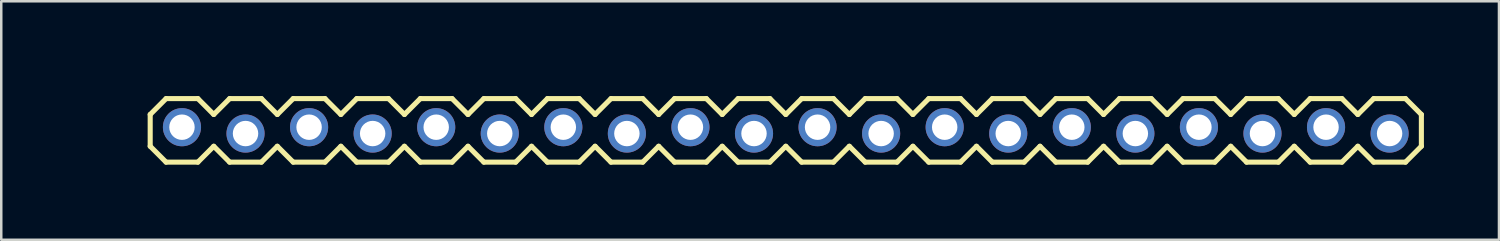
<source format=kicad_pcb>
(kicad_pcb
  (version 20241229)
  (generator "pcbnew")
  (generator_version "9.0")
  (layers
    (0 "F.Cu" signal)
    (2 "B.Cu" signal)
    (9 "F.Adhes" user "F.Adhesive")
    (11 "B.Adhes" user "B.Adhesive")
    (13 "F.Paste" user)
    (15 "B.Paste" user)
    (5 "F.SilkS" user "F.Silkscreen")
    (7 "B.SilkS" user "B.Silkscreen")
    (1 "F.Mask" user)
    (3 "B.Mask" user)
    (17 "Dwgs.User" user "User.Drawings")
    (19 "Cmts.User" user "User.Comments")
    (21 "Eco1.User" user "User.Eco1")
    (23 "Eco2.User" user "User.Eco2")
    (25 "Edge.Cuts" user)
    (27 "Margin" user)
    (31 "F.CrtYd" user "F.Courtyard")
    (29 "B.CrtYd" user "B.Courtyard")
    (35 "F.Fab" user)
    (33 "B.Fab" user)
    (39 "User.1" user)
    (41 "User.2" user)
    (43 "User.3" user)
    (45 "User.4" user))
  (footprint "1X20_LOCK"
    (layer "F.Cu")
    (at 4.222 2.16)
    (property "Reference" "1X20_LOCK" (at 1.194 -1.194 0) (layer "Eco1.User") (effects (font (size 1.27 1.27) (thickness 0.127))))
    (attr through_hole)
    (fp_line (start -1.27 -0.635) (end -1.27 0.635) (stroke (width 0.203) (type solid)) (layer "F.SilkS"))
    (fp_line (start -1.27 0.635) (end -0.635 1.27) (stroke (width 0.203) (type solid)) (layer "F.SilkS"))
    (fp_line (start -0.635 -1.27) (end -1.27 -0.635) (stroke (width 0.203) (type solid)) (layer "F.SilkS"))
    (fp_line (start -0.635 -1.27) (end 0.635 -1.27) (stroke (width 0.203) (type solid)) (layer "F.SilkS"))
    (fp_line (start 0.635 -1.27) (end 1.27 -0.635) (stroke (width 0.203) (type solid)) (layer "F.SilkS"))
    (fp_line (start 0.635 1.27) (end -0.635 1.27) (stroke (width 0.203) (type solid)) (layer "F.SilkS"))
    (fp_line (start 1.27 -0.635) (end 1.905 -1.27) (stroke (width 0.203) (type solid)) (layer "F.SilkS"))
    (fp_line (start 1.27 0.635) (end 0.635 1.27) (stroke (width 0.203) (type solid)) (layer "F.SilkS"))
    (fp_line (start 1.905 -1.27) (end 3.175 -1.27) (stroke (width 0.203) (type solid)) (layer "F.SilkS"))
    (fp_line (start 1.905 1.27) (end 1.27 0.635) (stroke (width 0.203) (type solid)) (layer "F.SilkS"))
    (fp_line (start 3.175 -1.27) (end 3.81 -0.635) (stroke (width 0.203) (type solid)) (layer "F.SilkS"))
    (fp_line (start 3.175 1.27) (end 1.905 1.27) (stroke (width 0.203) (type solid)) (layer "F.SilkS"))
    (fp_line (start 3.81 -0.635) (end 4.445 -1.27) (stroke (width 0.203) (type solid)) (layer "F.SilkS"))
    (fp_line (start 3.81 0.635) (end 3.175 1.27) (stroke (width 0.203) (type solid)) (layer "F.SilkS"))
    (fp_line (start 4.445 -1.27) (end 5.715 -1.27) (stroke (width 0.203) (type solid)) (layer "F.SilkS"))
    (fp_line (start 4.445 1.27) (end 3.81 0.635) (stroke (width 0.203) (type solid)) (layer "F.SilkS"))
    (fp_line (start 5.715 -1.27) (end 6.35 -0.635) (stroke (width 0.203) (type solid)) (layer "F.SilkS"))
    (fp_line (start 5.715 1.27) (end 4.445 1.27) (stroke (width 0.203) (type solid)) (layer "F.SilkS"))
    (fp_line (start 6.35 0.635) (end 5.715 1.27) (stroke (width 0.203) (type solid)) (layer "F.SilkS"))
    (fp_line (start 6.35 0.635) (end 6.985 1.27) (stroke (width 0.203) (type solid)) (layer "F.SilkS"))
    (fp_line (start 6.985 -1.27) (end 6.35 -0.635) (stroke (width 0.203) (type solid)) (layer "F.SilkS"))
    (fp_line (start 6.985 -1.27) (end 8.255 -1.27) (stroke (width 0.203) (type solid)) (layer "F.SilkS"))
    (fp_line (start 8.255 -1.27) (end 8.89 -0.635) (stroke (width 0.203) (type solid)) (layer "F.SilkS"))
    (fp_line (start 8.255 1.27) (end 6.985 1.27) (stroke (width 0.203) (type solid)) (layer "F.SilkS"))
    (fp_line (start 8.89 -0.635) (end 9.525 -1.27) (stroke (width 0.203) (type solid)) (layer "F.SilkS"))
    (fp_line (start 8.89 0.635) (end 8.255 1.27) (stroke (width 0.203) (type solid)) (layer "F.SilkS"))
    (fp_line (start 9.525 -1.27) (end 10.795 -1.27) (stroke (width 0.203) (type solid)) (layer "F.SilkS"))
    (fp_line (start 9.525 1.27) (end 8.89 0.635) (stroke (width 0.203) (type solid)) (layer "F.SilkS"))
    (fp_line (start 10.795 -1.27) (end 11.43 -0.635) (stroke (width 0.203) (type solid)) (layer "F.SilkS"))
    (fp_line (start 10.795 1.27) (end 9.525 1.27) (stroke (width 0.203) (type solid)) (layer "F.SilkS"))
    (fp_line (start 11.43 -0.635) (end 12.065 -1.27) (stroke (width 0.203) (type solid)) (layer "F.SilkS"))
    (fp_line (start 11.43 0.635) (end 10.795 1.27) (stroke (width 0.203) (type solid)) (layer "F.SilkS"))
    (fp_line (start 12.065 -1.27) (end 13.335 -1.27) (stroke (width 0.203) (type solid)) (layer "F.SilkS"))
    (fp_line (start 12.065 1.27) (end 11.43 0.635) (stroke (width 0.203) (type solid)) (layer "F.SilkS"))
    (fp_line (start 13.335 -1.27) (end 13.97 -0.635) (stroke (width 0.203) (type solid)) (layer "F.SilkS"))
    (fp_line (start 13.335 1.27) (end 12.065 1.27) (stroke (width 0.203) (type solid)) (layer "F.SilkS"))
    (fp_line (start 13.97 0.635) (end 13.335 1.27) (stroke (width 0.203) (type solid)) (layer "F.SilkS"))
    (fp_line (start 13.97 0.635) (end 14.605 1.27) (stroke (width 0.203) (type solid)) (layer "F.SilkS"))
    (fp_line (start 14.605 -1.27) (end 13.97 -0.635) (stroke (width 0.203) (type solid)) (layer "F.SilkS"))
    (fp_line (start 14.605 -1.27) (end 15.875 -1.27) (stroke (width 0.203) (type solid)) (layer "F.SilkS"))
    (fp_line (start 15.875 -1.27) (end 16.51 -0.635) (stroke (width 0.203) (type solid)) (layer "F.SilkS"))
    (fp_line (start 15.875 1.27) (end 14.605 1.27) (stroke (width 0.203) (type solid)) (layer "F.SilkS"))
    (fp_line (start 16.51 0.635) (end 15.875 1.27) (stroke (width 0.203) (type solid)) (layer "F.SilkS"))
    (fp_line (start 16.51 0.635) (end 17.145 1.27) (stroke (width 0.203) (type solid)) (layer "F.SilkS"))
    (fp_line (start 17.145 -1.27) (end 16.51 -0.635) (stroke (width 0.203) (type solid)) (layer "F.SilkS"))
    (fp_line (start 17.145 -1.27) (end 18.415 -1.27) (stroke (width 0.203) (type solid)) (layer "F.SilkS"))
    (fp_line (start 18.415 -1.27) (end 19.05 -0.635) (stroke (width 0.203) (type solid)) (layer "F.SilkS"))
    (fp_line (start 18.415 1.27) (end 17.145 1.27) (stroke (width 0.203) (type solid)) (layer "F.SilkS"))
    (fp_line (start 19.05 -0.635) (end 19.685 -1.27) (stroke (width 0.203) (type solid)) (layer "F.SilkS"))
    (fp_line (start 19.05 0.635) (end 18.415 1.27) (stroke (width 0.203) (type solid)) (layer "F.SilkS"))
    (fp_line (start 19.685 -1.27) (end 20.955 -1.27) (stroke (width 0.203) (type solid)) (layer "F.SilkS"))
    (fp_line (start 19.685 1.27) (end 19.05 0.635) (stroke (width 0.203) (type solid)) (layer "F.SilkS"))
    (fp_line (start 20.955 -1.27) (end 21.59 -0.635) (stroke (width 0.203) (type solid)) (layer "F.SilkS"))
    (fp_line (start 20.955 1.27) (end 19.685 1.27) (stroke (width 0.203) (type solid)) (layer "F.SilkS"))
    (fp_line (start 21.59 -0.635) (end 22.225 -1.27) (stroke (width 0.203) (type solid)) (layer "F.SilkS"))
    (fp_line (start 21.59 0.635) (end 20.955 1.27) (stroke (width 0.203) (type solid)) (layer "F.SilkS"))
    (fp_line (start 22.225 -1.27) (end 23.495 -1.27) (stroke (width 0.203) (type solid)) (layer "F.SilkS"))
    (fp_line (start 22.225 1.27) (end 21.59 0.635) (stroke (width 0.203) (type solid)) (layer "F.SilkS"))
    (fp_line (start 23.495 -1.27) (end 24.13 -0.635) (stroke (width 0.203) (type solid)) (layer "F.SilkS"))
    (fp_line (start 23.495 1.27) (end 22.225 1.27) (stroke (width 0.203) (type solid)) (layer "F.SilkS"))
    (fp_line (start 24.13 0.635) (end 23.495 1.27) (stroke (width 0.203) (type solid)) (layer "F.SilkS"))
    (fp_line (start 24.13 0.635) (end 24.765 1.27) (stroke (width 0.203) (type solid)) (layer "F.SilkS"))
    (fp_line (start 24.765 -1.27) (end 24.13 -0.635) (stroke (width 0.203) (type solid)) (layer "F.SilkS"))
    (fp_line (start 24.765 -1.27) (end 26.035 -1.27) (stroke (width 0.203) (type solid)) (layer "F.SilkS"))
    (fp_line (start 26.035 -1.27) (end 26.67 -0.635) (stroke (width 0.203) (type solid)) (layer "F.SilkS"))
    (fp_line (start 26.035 1.27) (end 24.765 1.27) (stroke (width 0.203) (type solid)) (layer "F.SilkS"))
    (fp_line (start 26.67 -0.635) (end 27.305 -1.27) (stroke (width 0.203) (type solid)) (layer "F.SilkS"))
    (fp_line (start 26.67 0.635) (end 26.035 1.27) (stroke (width 0.203) (type solid)) (layer "F.SilkS"))
    (fp_line (start 27.305 -1.27) (end 28.575 -1.27) (stroke (width 0.203) (type solid)) (layer "F.SilkS"))
    (fp_line (start 27.305 1.27) (end 26.67 0.635) (stroke (width 0.203) (type solid)) (layer "F.SilkS"))
    (fp_line (start 28.575 -1.27) (end 29.21 -0.635) (stroke (width 0.203) (type solid)) (layer "F.SilkS"))
    (fp_line (start 28.575 1.27) (end 27.305 1.27) (stroke (width 0.203) (type solid)) (layer "F.SilkS"))
    (fp_line (start 29.21 -0.635) (end 29.845 -1.27) (stroke (width 0.203) (type solid)) (layer "F.SilkS"))
    (fp_line (start 29.21 0.635) (end 28.575 1.27) (stroke (width 0.203) (type solid)) (layer "F.SilkS"))
    (fp_line (start 29.845 -1.27) (end 31.115 -1.27) (stroke (width 0.203) (type solid)) (layer "F.SilkS"))
    (fp_line (start 29.845 1.27) (end 29.21 0.635) (stroke (width 0.203) (type solid)) (layer "F.SilkS"))
    (fp_line (start 31.115 -1.27) (end 31.75 -0.635) (stroke (width 0.203) (type solid)) (layer "F.SilkS"))
    (fp_line (start 31.115 1.27) (end 29.845 1.27) (stroke (width 0.203) (type solid)) (layer "F.SilkS"))
    (fp_line (start 31.75 0.635) (end 31.115 1.27) (stroke (width 0.203) (type solid)) (layer "F.SilkS"))
    (fp_line (start 31.75 0.635) (end 32.385 1.27) (stroke (width 0.203) (type solid)) (layer "F.SilkS"))
    (fp_line (start 32.385 -1.27) (end 31.75 -0.635) (stroke (width 0.203) (type solid)) (layer "F.SilkS"))
    (fp_line (start 32.385 -1.27) (end 33.655 -1.27) (stroke (width 0.203) (type solid)) (layer "F.SilkS"))
    (fp_line (start 33.655 -1.27) (end 34.29 -0.635) (stroke (width 0.203) (type solid)) (layer "F.SilkS"))
    (fp_line (start 33.655 1.27) (end 32.385 1.27) (stroke (width 0.203) (type solid)) (layer "F.SilkS"))
    (fp_line (start 34.29 0.635) (end 33.655 1.27) (stroke (width 0.203) (type solid)) (layer "F.SilkS"))
    (fp_line (start 34.29 0.635) (end 34.925 1.27) (stroke (width 0.203) (type solid)) (layer "F.SilkS"))
    (fp_line (start 34.925 -1.27) (end 34.29 -0.635) (stroke (width 0.203) (type solid)) (layer "F.SilkS"))
    (fp_line (start 34.925 -1.27) (end 36.195 -1.27) (stroke (width 0.203) (type solid)) (layer "F.SilkS"))
    (fp_line (start 36.195 -1.27) (end 36.83 -0.635) (stroke (width 0.203) (type solid)) (layer "F.SilkS"))
    (fp_line (start 36.195 1.27) (end 34.925 1.27) (stroke (width 0.203) (type solid)) (layer "F.SilkS"))
    (fp_line (start 36.83 0.635) (end 36.195 1.27) (stroke (width 0.203) (type solid)) (layer "F.SilkS"))
    (fp_line (start 36.83 0.635) (end 37.465 1.27) (stroke (width 0.203) (type solid)) (layer "F.SilkS"))
    (fp_line (start 37.465 -1.27) (end 36.83 -0.635) (stroke (width 0.203) (type solid)) (layer "F.SilkS"))
    (fp_line (start 37.465 -1.27) (end 38.735 -1.27) (stroke (width 0.203) (type solid)) (layer "F.SilkS"))
    (fp_line (start 38.735 -1.27) (end 39.37 -0.635) (stroke (width 0.203) (type solid)) (layer "F.SilkS"))
    (fp_line (start 38.735 1.27) (end 37.465 1.27) (stroke (width 0.203) (type solid)) (layer "F.SilkS"))
    (fp_line (start 39.37 0.635) (end 38.735 1.27) (stroke (width 0.203) (type solid)) (layer "F.SilkS"))
    (fp_line (start 39.37 0.635) (end 40.005 1.27) (stroke (width 0.203) (type solid)) (layer "F.SilkS"))
    (fp_line (start 40.005 -1.27) (end 39.37 -0.635) (stroke (width 0.203) (type solid)) (layer "F.SilkS"))
    (fp_line (start 40.005 -1.27) (end 41.275 -1.27) (stroke (width 0.203) (type solid)) (layer "F.SilkS"))
    (fp_line (start 41.275 -1.27) (end 41.91 -0.635) (stroke (width 0.203) (type solid)) (layer "F.SilkS"))
    (fp_line (start 41.275 1.27) (end 40.005 1.27) (stroke (width 0.203) (type solid)) (layer "F.SilkS"))
    (fp_line (start 41.91 0.635) (end 41.275 1.27) (stroke (width 0.203) (type solid)) (layer "F.SilkS"))
    (fp_line (start 41.91 0.635) (end 42.545 1.27) (stroke (width 0.203) (type solid)) (layer "F.SilkS"))
    (fp_line (start 42.545 -1.27) (end 41.91 -0.635) (stroke (width 0.203) (type solid)) (layer "F.SilkS"))
    (fp_line (start 42.545 -1.27) (end 43.815 -1.27) (stroke (width 0.203) (type solid)) (layer "F.SilkS"))
    (fp_line (start 43.815 -1.27) (end 44.45 -0.635) (stroke (width 0.203) (type solid)) (layer "F.SilkS"))
    (fp_line (start 43.815 1.27) (end 42.545 1.27) (stroke (width 0.203) (type solid)) (layer "F.SilkS"))
    (fp_line (start 44.45 0.635) (end 43.815 1.27) (stroke (width 0.203) (type solid)) (layer "F.SilkS"))
    (fp_line (start 44.45 0.635) (end 45.085 1.27) (stroke (width 0.203) (type solid)) (layer "F.SilkS"))
    (fp_line (start 45.085 -1.27) (end 44.45 -0.635) (stroke (width 0.203) (type solid)) (layer "F.SilkS"))
    (fp_line (start 45.085 -1.27) (end 46.355 -1.27) (stroke (width 0.203) (type solid)) (layer "F.SilkS"))
    (fp_line (start 46.355 -1.27) (end 46.99 -0.635) (stroke (width 0.203) (type solid)) (layer "F.SilkS"))
    (fp_line (start 46.355 1.27) (end 45.085 1.27) (stroke (width 0.203) (type solid)) (layer "F.SilkS"))
    (fp_line (start 46.99 0.635) (end 46.355 1.27) (stroke (width 0.203) (type solid)) (layer "F.SilkS"))
    (fp_line (start 46.99 0.635) (end 47.625 1.27) (stroke (width 0.203) (type solid)) (layer "F.SilkS"))
    (fp_line (start 47.625 -1.27) (end 46.99 -0.635) (stroke (width 0.203) (type solid)) (layer "F.SilkS"))
    (fp_line (start 47.625 -1.27) (end 48.895 -1.27) (stroke (width 0.203) (type solid)) (layer "F.SilkS"))
    (fp_line (start 48.895 -1.27) (end 49.53 -0.635) (stroke (width 0.203) (type solid)) (layer "F.SilkS"))
    (fp_line (start 48.895 1.27) (end 47.625 1.27) (stroke (width 0.203) (type solid)) (layer "F.SilkS"))
    (fp_line (start 49.53 -0.635) (end 49.53 0.635) (stroke (width 0.203) (type solid)) (layer "F.SilkS"))
    (fp_line (start 49.53 0.635) (end 48.895 1.27) (stroke (width 0.203) (type solid)) (layer "F.SilkS"))
    (pad "1" thru_hole oval (at 0 -0.127 90) (size 1.524 1.524) (drill 1.016) (layers "*.Cu" "*.Mask"))
    (pad "2" thru_hole oval (at 2.54 0.127 90) (size 1.524 1.524) (drill 1.016) (layers "*.Cu" "*.Mask"))
    (pad "3" thru_hole oval (at 5.08 -0.127 90) (size 1.524 1.524) (drill 1.016) (layers "*.Cu" "*.Mask"))
    (pad "4" thru_hole oval (at 7.62 0.127 90) (size 1.524 1.524) (drill 1.016) (layers "*.Cu" "*.Mask"))
    (pad "5" thru_hole oval (at 10.16 -0.127 90) (size 1.524 1.524) (drill 1.016) (layers "*.Cu" "*.Mask"))
    (pad "6" thru_hole oval (at 12.7 0.127 90) (size 1.524 1.524) (drill 1.016) (layers "*.Cu" "*.Mask"))
    (pad "7" thru_hole oval (at 15.24 -0.127 90) (size 1.524 1.524) (drill 1.016) (layers "*.Cu" "*.Mask"))
    (pad "8" thru_hole oval (at 17.78 0.127 90) (size 1.524 1.524) (drill 1.016) (layers "*.Cu" "*.Mask"))
    (pad "9" thru_hole oval (at 20.32 -0.127 90) (size 1.524 1.524) (drill 1.016) (layers "*.Cu" "*.Mask"))
    (pad "10" thru_hole oval (at 22.86 0.127 90) (size 1.524 1.524) (drill 1.016) (layers "*.Cu" "*.Mask"))
    (pad "11" thru_hole oval (at 25.4 -0.127 90) (size 1.524 1.524) (drill 1.016) (layers "*.Cu" "*.Mask"))
    (pad "12" thru_hole oval (at 27.94 0.127 90) (size 1.524 1.524) (drill 1.016) (layers "*.Cu" "*.Mask"))
    (pad "13" thru_hole oval (at 30.48 -0.127 90) (size 1.524 1.524) (drill 1.016) (layers "*.Cu" "*.Mask"))
    (pad "14" thru_hole oval (at 33.02 0.127 90) (size 1.524 1.524) (drill 1.016) (layers "*.Cu" "*.Mask"))
    (pad "15" thru_hole oval (at 35.56 -0.127 90) (size 1.524 1.524) (drill 1.016) (layers "*.Cu" "*.Mask"))
    (pad "16" thru_hole oval (at 38.1 0.127 90) (size 1.524 1.524) (drill 1.016) (layers "*.Cu" "*.Mask"))
    (pad "17" thru_hole oval (at 40.64 -0.127 90) (size 1.524 1.524) (drill 1.016) (layers "*.Cu" "*.Mask"))
    (pad "18" thru_hole oval (at 43.18 0.127 90) (size 1.524 1.524) (drill 1.016) (layers "*.Cu" "*.Mask"))
    (pad "19" thru_hole oval (at 45.72 -0.127 90) (size 1.524 1.524) (drill 1.016) (layers "*.Cu" "*.Mask"))
    (pad "20" thru_hole oval (at 48.26 0.127 90) (size 1.524 1.524) (drill 1.016) (layers "*.Cu" "*.Mask")))
  (gr_rect
    (start -3 -3)
    (end 56.853 6.531)
    (stroke (width 0.1) (type default))
    (fill no)
    (layer "Edge.Cuts")))
</source>
